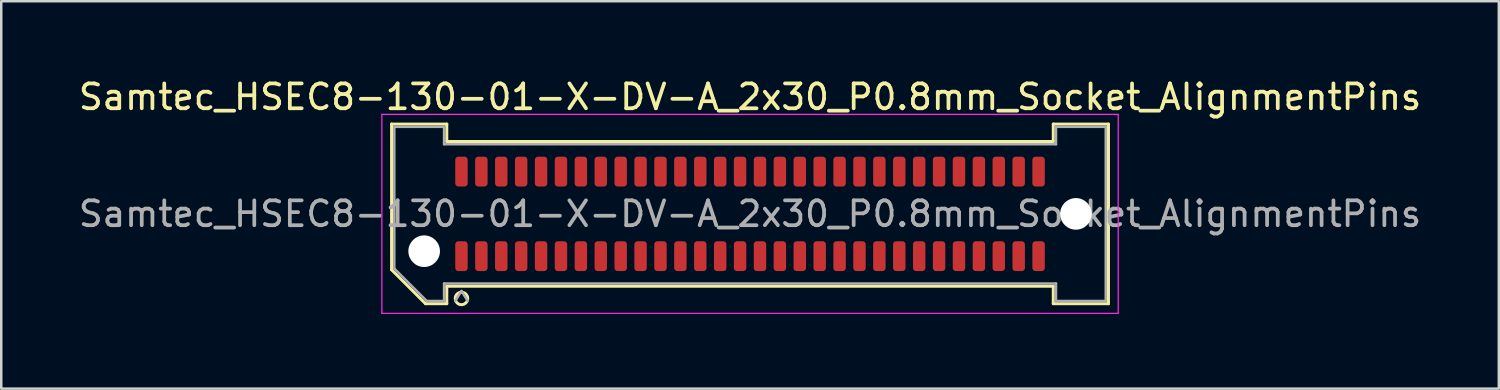
<source format=kicad_pcb>
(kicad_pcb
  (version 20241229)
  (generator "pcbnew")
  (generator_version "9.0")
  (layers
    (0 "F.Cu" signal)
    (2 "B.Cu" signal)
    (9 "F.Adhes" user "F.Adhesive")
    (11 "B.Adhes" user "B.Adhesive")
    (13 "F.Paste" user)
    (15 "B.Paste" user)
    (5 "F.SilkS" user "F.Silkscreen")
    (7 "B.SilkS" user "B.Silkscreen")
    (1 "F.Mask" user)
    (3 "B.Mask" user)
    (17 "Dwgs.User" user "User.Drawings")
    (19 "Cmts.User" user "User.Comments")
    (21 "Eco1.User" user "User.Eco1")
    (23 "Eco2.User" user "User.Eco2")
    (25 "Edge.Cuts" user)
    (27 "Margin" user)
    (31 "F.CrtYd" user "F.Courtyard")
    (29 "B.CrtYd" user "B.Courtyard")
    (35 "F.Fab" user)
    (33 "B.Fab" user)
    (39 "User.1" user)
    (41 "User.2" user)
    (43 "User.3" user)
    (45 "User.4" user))
  (footprint "Samtec_HSEC8-130-01-X-DV-A_2x30_P0.8mm_Socket_AlignmentPins"
    (layer "F.Cu")
    (at 27.101 5.548)
    (property "Reference" "Samtec_HSEC8-130-01-X-DV-A_2x30_P0.8mm_Socket_AlignmentPins" (at 0 -4.7 0) (layer "F.SilkS") (effects (font (size 1 1) (thickness 0.15))))
    (attr smd)
    (fp_line (start -14.41 -3.61) (end -12.19 -3.61) (stroke (width 0.12) (type solid)) (layer "F.SilkS"))
    (fp_line (start -14.41 2.246) (end -14.41 -3.61) (stroke (width 0.12) (type solid)) (layer "F.SilkS"))
    (fp_line (start -13.046 3.61) (end -14.41 2.246) (stroke (width 0.12) (type solid)) (layer "F.SilkS"))
    (fp_line (start -12.19 -3.61) (end -12.19 -2.91) (stroke (width 0.12) (type solid)) (layer "F.SilkS"))
    (fp_line (start -12.19 -2.91) (end 12.19 -2.91) (stroke (width 0.12) (type solid)) (layer "F.SilkS"))
    (fp_line (start -12.19 2.91) (end -12.19 3.61) (stroke (width 0.12) (type solid)) (layer "F.SilkS"))
    (fp_line (start -12.19 3.61) (end -13.046 3.61) (stroke (width 0.12) (type solid)) (layer "F.SilkS"))
    (fp_line (start 12.19 -3.61) (end 14.41 -3.61) (stroke (width 0.12) (type solid)) (layer "F.SilkS"))
    (fp_line (start 12.19 -2.91) (end 12.19 -3.61) (stroke (width 0.12) (type solid)) (layer "F.SilkS"))
    (fp_line (start 12.19 2.91) (end -12.19 2.91) (stroke (width 0.12) (type solid)) (layer "F.SilkS"))
    (fp_line (start 12.19 3.61) (end 12.19 2.91) (stroke (width 0.12) (type solid)) (layer "F.SilkS"))
    (fp_line (start 14.41 -3.61) (end 14.41 3.61) (stroke (width 0.12) (type solid)) (layer "F.SilkS"))
    (fp_line (start 14.41 3.61) (end 12.19 3.61) (stroke (width 0.12) (type solid)) (layer "F.SilkS"))
    (fp_arc (start -11.35 3.4) (mid -11.85 3.4) (end -11.35 3.4) (stroke (width 0.12) (type solid)) (layer "F.SilkS"))
    (fp_line (start -14.8 -4) (end -14.8 4) (stroke (width 0.05) (type solid)) (layer "F.CrtYd"))
    (fp_line (start -14.8 4) (end 14.8 4) (stroke (width 0.05) (type solid)) (layer "F.CrtYd"))
    (fp_line (start 14.8 -4) (end -14.8 -4) (stroke (width 0.05) (type solid)) (layer "F.CrtYd"))
    (fp_line (start 14.8 4) (end 14.8 -4) (stroke (width 0.05) (type solid)) (layer "F.CrtYd"))
    (fp_line (start -14.3 -3.5) (end -12.3 -3.5) (stroke (width 0.1) (type solid)) (layer "F.Fab"))
    (fp_line (start -14.3 2.2) (end -14.3 -3.5) (stroke (width 0.1) (type solid)) (layer "F.Fab"))
    (fp_line (start -13 3.5) (end -14.3 2.2) (stroke (width 0.1) (type solid)) (layer "F.Fab"))
    (fp_line (start -12.3 -3.5) (end -12.3 -2.8) (stroke (width 0.1) (type solid)) (layer "F.Fab"))
    (fp_line (start -12.3 -2.8) (end 12.3 -2.8) (stroke (width 0.1) (type solid)) (layer "F.Fab"))
    (fp_line (start -12.3 2.8) (end -12.3 3.5) (stroke (width 0.1) (type solid)) (layer "F.Fab"))
    (fp_line (start -12.3 3.5) (end -13 3.5) (stroke (width 0.1) (type solid)) (layer "F.Fab"))
    (fp_line (start -11.6 3.1) (end -11.85 3.5) (stroke (width 0.1) (type solid)) (layer "F.Fab"))
    (fp_line (start -11.6 3.1) (end -11.35 3.5) (stroke (width 0.1) (type solid)) (layer "F.Fab"))
    (fp_line (start 12.3 -3.5) (end 14.3 -3.5) (stroke (width 0.1) (type solid)) (layer "F.Fab"))
    (fp_line (start 12.3 -2.8) (end 12.3 -3.5) (stroke (width 0.1) (type solid)) (layer "F.Fab"))
    (fp_line (start 12.3 2.8) (end -12.3 2.8) (stroke (width 0.1) (type solid)) (layer "F.Fab"))
    (fp_line (start 12.3 3.5) (end 12.3 2.8) (stroke (width 0.1) (type solid)) (layer "F.Fab"))
    (fp_line (start 14.3 -3.5) (end 14.3 3.5) (stroke (width 0.1) (type solid)) (layer "F.Fab"))
    (fp_line (start 14.3 3.5) (end 12.3 3.5) (stroke (width 0.1) (type solid)) (layer "F.Fab"))
    (fp_text user "${REFERENCE}" (at 0 0 0) (layer "F.Fab") (effects (font (size 1 1) (thickness 0.15))))
    (pad "" np_thru_hole circle (at -13.1 1.5) (size 1.27 1.27) (drill 1.27) (layers "*.Cu" "*.Mask"))
    (pad "" np_thru_hole circle (at 13.1 0) (size 1.27 1.27) (drill 1.27) (layers "*.Cu" "*.Mask"))
    (pad "1" smd roundrect (at -11.6 1.7) (size 0.5 1.2) (layers "F.Cu" "F.Mask" "F.Paste") (roundrect_rratio 0.25))
    (pad "2" smd roundrect (at -11.6 -1.7) (size 0.5 1.2) (layers "F.Cu" "F.Mask" "F.Paste") (roundrect_rratio 0.25))
    (pad "3" smd roundrect (at -10.8 1.7) (size 0.5 1.2) (layers "F.Cu" "F.Mask" "F.Paste") (roundrect_rratio 0.25))
    (pad "4" smd roundrect (at -10.8 -1.7) (size 0.5 1.2) (layers "F.Cu" "F.Mask" "F.Paste") (roundrect_rratio 0.25))
    (pad "5" smd roundrect (at -10 1.7) (size 0.5 1.2) (layers "F.Cu" "F.Mask" "F.Paste") (roundrect_rratio 0.25))
    (pad "6" smd roundrect (at -10 -1.7) (size 0.5 1.2) (layers "F.Cu" "F.Mask" "F.Paste") (roundrect_rratio 0.25))
    (pad "7" smd roundrect (at -9.2 1.7) (size 0.5 1.2) (layers "F.Cu" "F.Mask" "F.Paste") (roundrect_rratio 0.25))
    (pad "8" smd roundrect (at -9.2 -1.7) (size 0.5 1.2) (layers "F.Cu" "F.Mask" "F.Paste") (roundrect_rratio 0.25))
    (pad "9" smd roundrect (at -8.4 1.7) (size 0.5 1.2) (layers "F.Cu" "F.Mask" "F.Paste") (roundrect_rratio 0.25))
    (pad "10" smd roundrect (at -8.4 -1.7) (size 0.5 1.2) (layers "F.Cu" "F.Mask" "F.Paste") (roundrect_rratio 0.25))
    (pad "11" smd roundrect (at -7.6 1.7) (size 0.5 1.2) (layers "F.Cu" "F.Mask" "F.Paste") (roundrect_rratio 0.25))
    (pad "12" smd roundrect (at -7.6 -1.7) (size 0.5 1.2) (layers "F.Cu" "F.Mask" "F.Paste") (roundrect_rratio 0.25))
    (pad "13" smd roundrect (at -6.8 1.7) (size 0.5 1.2) (layers "F.Cu" "F.Mask" "F.Paste") (roundrect_rratio 0.25))
    (pad "14" smd roundrect (at -6.8 -1.7) (size 0.5 1.2) (layers "F.Cu" "F.Mask" "F.Paste") (roundrect_rratio 0.25))
    (pad "15" smd roundrect (at -6 1.7) (size 0.5 1.2) (layers "F.Cu" "F.Mask" "F.Paste") (roundrect_rratio 0.25))
    (pad "16" smd roundrect (at -6 -1.7) (size 0.5 1.2) (layers "F.Cu" "F.Mask" "F.Paste") (roundrect_rratio 0.25))
    (pad "17" smd roundrect (at -5.2 1.7) (size 0.5 1.2) (layers "F.Cu" "F.Mask" "F.Paste") (roundrect_rratio 0.25))
    (pad "18" smd roundrect (at -5.2 -1.7) (size 0.5 1.2) (layers "F.Cu" "F.Mask" "F.Paste") (roundrect_rratio 0.25))
    (pad "19" smd roundrect (at -4.4 1.7) (size 0.5 1.2) (layers "F.Cu" "F.Mask" "F.Paste") (roundrect_rratio 0.25))
    (pad "20" smd roundrect (at -4.4 -1.7) (size 0.5 1.2) (layers "F.Cu" "F.Mask" "F.Paste") (roundrect_rratio 0.25))
    (pad "21" smd roundrect (at -3.6 1.7) (size 0.5 1.2) (layers "F.Cu" "F.Mask" "F.Paste") (roundrect_rratio 0.25))
    (pad "22" smd roundrect (at -3.6 -1.7) (size 0.5 1.2) (layers "F.Cu" "F.Mask" "F.Paste") (roundrect_rratio 0.25))
    (pad "23" smd roundrect (at -2.8 1.7) (size 0.5 1.2) (layers "F.Cu" "F.Mask" "F.Paste") (roundrect_rratio 0.25))
    (pad "24" smd roundrect (at -2.8 -1.7) (size 0.5 1.2) (layers "F.Cu" "F.Mask" "F.Paste") (roundrect_rratio 0.25))
    (pad "25" smd roundrect (at -2 1.7) (size 0.5 1.2) (layers "F.Cu" "F.Mask" "F.Paste") (roundrect_rratio 0.25))
    (pad "26" smd roundrect (at -2 -1.7) (size 0.5 1.2) (layers "F.Cu" "F.Mask" "F.Paste") (roundrect_rratio 0.25))
    (pad "27" smd roundrect (at -1.2 1.7) (size 0.5 1.2) (layers "F.Cu" "F.Mask" "F.Paste") (roundrect_rratio 0.25))
    (pad "28" smd roundrect (at -1.2 -1.7) (size 0.5 1.2) (layers "F.Cu" "F.Mask" "F.Paste") (roundrect_rratio 0.25))
    (pad "29" smd roundrect (at -0.4 1.7) (size 0.5 1.2) (layers "F.Cu" "F.Mask" "F.Paste") (roundrect_rratio 0.25))
    (pad "30" smd roundrect (at -0.4 -1.7) (size 0.5 1.2) (layers "F.Cu" "F.Mask" "F.Paste") (roundrect_rratio 0.25))
    (pad "31" smd roundrect (at 0.4 1.7) (size 0.5 1.2) (layers "F.Cu" "F.Mask" "F.Paste") (roundrect_rratio 0.25))
    (pad "32" smd roundrect (at 0.4 -1.7) (size 0.5 1.2) (layers "F.Cu" "F.Mask" "F.Paste") (roundrect_rratio 0.25))
    (pad "33" smd roundrect (at 1.2 1.7) (size 0.5 1.2) (layers "F.Cu" "F.Mask" "F.Paste") (roundrect_rratio 0.25))
    (pad "34" smd roundrect (at 1.2 -1.7) (size 0.5 1.2) (layers "F.Cu" "F.Mask" "F.Paste") (roundrect_rratio 0.25))
    (pad "35" smd roundrect (at 2 1.7) (size 0.5 1.2) (layers "F.Cu" "F.Mask" "F.Paste") (roundrect_rratio 0.25))
    (pad "36" smd roundrect (at 2 -1.7) (size 0.5 1.2) (layers "F.Cu" "F.Mask" "F.Paste") (roundrect_rratio 0.25))
    (pad "37" smd roundrect (at 2.8 1.7) (size 0.5 1.2) (layers "F.Cu" "F.Mask" "F.Paste") (roundrect_rratio 0.25))
    (pad "38" smd roundrect (at 2.8 -1.7) (size 0.5 1.2) (layers "F.Cu" "F.Mask" "F.Paste") (roundrect_rratio 0.25))
    (pad "39" smd roundrect (at 3.6 1.7) (size 0.5 1.2) (layers "F.Cu" "F.Mask" "F.Paste") (roundrect_rratio 0.25))
    (pad "40" smd roundrect (at 3.6 -1.7) (size 0.5 1.2) (layers "F.Cu" "F.Mask" "F.Paste") (roundrect_rratio 0.25))
    (pad "41" smd roundrect (at 4.4 1.7) (size 0.5 1.2) (layers "F.Cu" "F.Mask" "F.Paste") (roundrect_rratio 0.25))
    (pad "42" smd roundrect (at 4.4 -1.7) (size 0.5 1.2) (layers "F.Cu" "F.Mask" "F.Paste") (roundrect_rratio 0.25))
    (pad "43" smd roundrect (at 5.2 1.7) (size 0.5 1.2) (layers "F.Cu" "F.Mask" "F.Paste") (roundrect_rratio 0.25))
    (pad "44" smd roundrect (at 5.2 -1.7) (size 0.5 1.2) (layers "F.Cu" "F.Mask" "F.Paste") (roundrect_rratio 0.25))
    (pad "45" smd roundrect (at 6 1.7) (size 0.5 1.2) (layers "F.Cu" "F.Mask" "F.Paste") (roundrect_rratio 0.25))
    (pad "46" smd roundrect (at 6 -1.7) (size 0.5 1.2) (layers "F.Cu" "F.Mask" "F.Paste") (roundrect_rratio 0.25))
    (pad "47" smd roundrect (at 6.8 1.7) (size 0.5 1.2) (layers "F.Cu" "F.Mask" "F.Paste") (roundrect_rratio 0.25))
    (pad "48" smd roundrect (at 6.8 -1.7) (size 0.5 1.2) (layers "F.Cu" "F.Mask" "F.Paste") (roundrect_rratio 0.25))
    (pad "49" smd roundrect (at 7.6 1.7) (size 0.5 1.2) (layers "F.Cu" "F.Mask" "F.Paste") (roundrect_rratio 0.25))
    (pad "50" smd roundrect (at 7.6 -1.7) (size 0.5 1.2) (layers "F.Cu" "F.Mask" "F.Paste") (roundrect_rratio 0.25))
    (pad "51" smd roundrect (at 8.4 1.7) (size 0.5 1.2) (layers "F.Cu" "F.Mask" "F.Paste") (roundrect_rratio 0.25))
    (pad "52" smd roundrect (at 8.4 -1.7) (size 0.5 1.2) (layers "F.Cu" "F.Mask" "F.Paste") (roundrect_rratio 0.25))
    (pad "53" smd roundrect (at 9.2 1.7) (size 0.5 1.2) (layers "F.Cu" "F.Mask" "F.Paste") (roundrect_rratio 0.25))
    (pad "54" smd roundrect (at 9.2 -1.7) (size 0.5 1.2) (layers "F.Cu" "F.Mask" "F.Paste") (roundrect_rratio 0.25))
    (pad "55" smd roundrect (at 10 1.7) (size 0.5 1.2) (layers "F.Cu" "F.Mask" "F.Paste") (roundrect_rratio 0.25))
    (pad "56" smd roundrect (at 10 -1.7) (size 0.5 1.2) (layers "F.Cu" "F.Mask" "F.Paste") (roundrect_rratio 0.25))
    (pad "57" smd roundrect (at 10.8 1.7) (size 0.5 1.2) (layers "F.Cu" "F.Mask" "F.Paste") (roundrect_rratio 0.25))
    (pad "58" smd roundrect (at 10.8 -1.7) (size 0.5 1.2) (layers "F.Cu" "F.Mask" "F.Paste") (roundrect_rratio 0.25))
    (pad "59" smd roundrect (at 11.6 1.7) (size 0.5 1.2) (layers "F.Cu" "F.Mask" "F.Paste") (roundrect_rratio 0.25))
    (pad "60" smd roundrect (at 11.6 -1.7) (size 0.5 1.2) (layers "F.Cu" "F.Mask" "F.Paste") (roundrect_rratio 0.25)))
  (gr_rect
    (start -3 -3)
    (end 57.202 12.573)
    (stroke (width 0.1) (type default))
    (fill no)
    (layer "Edge.Cuts")))
</source>
